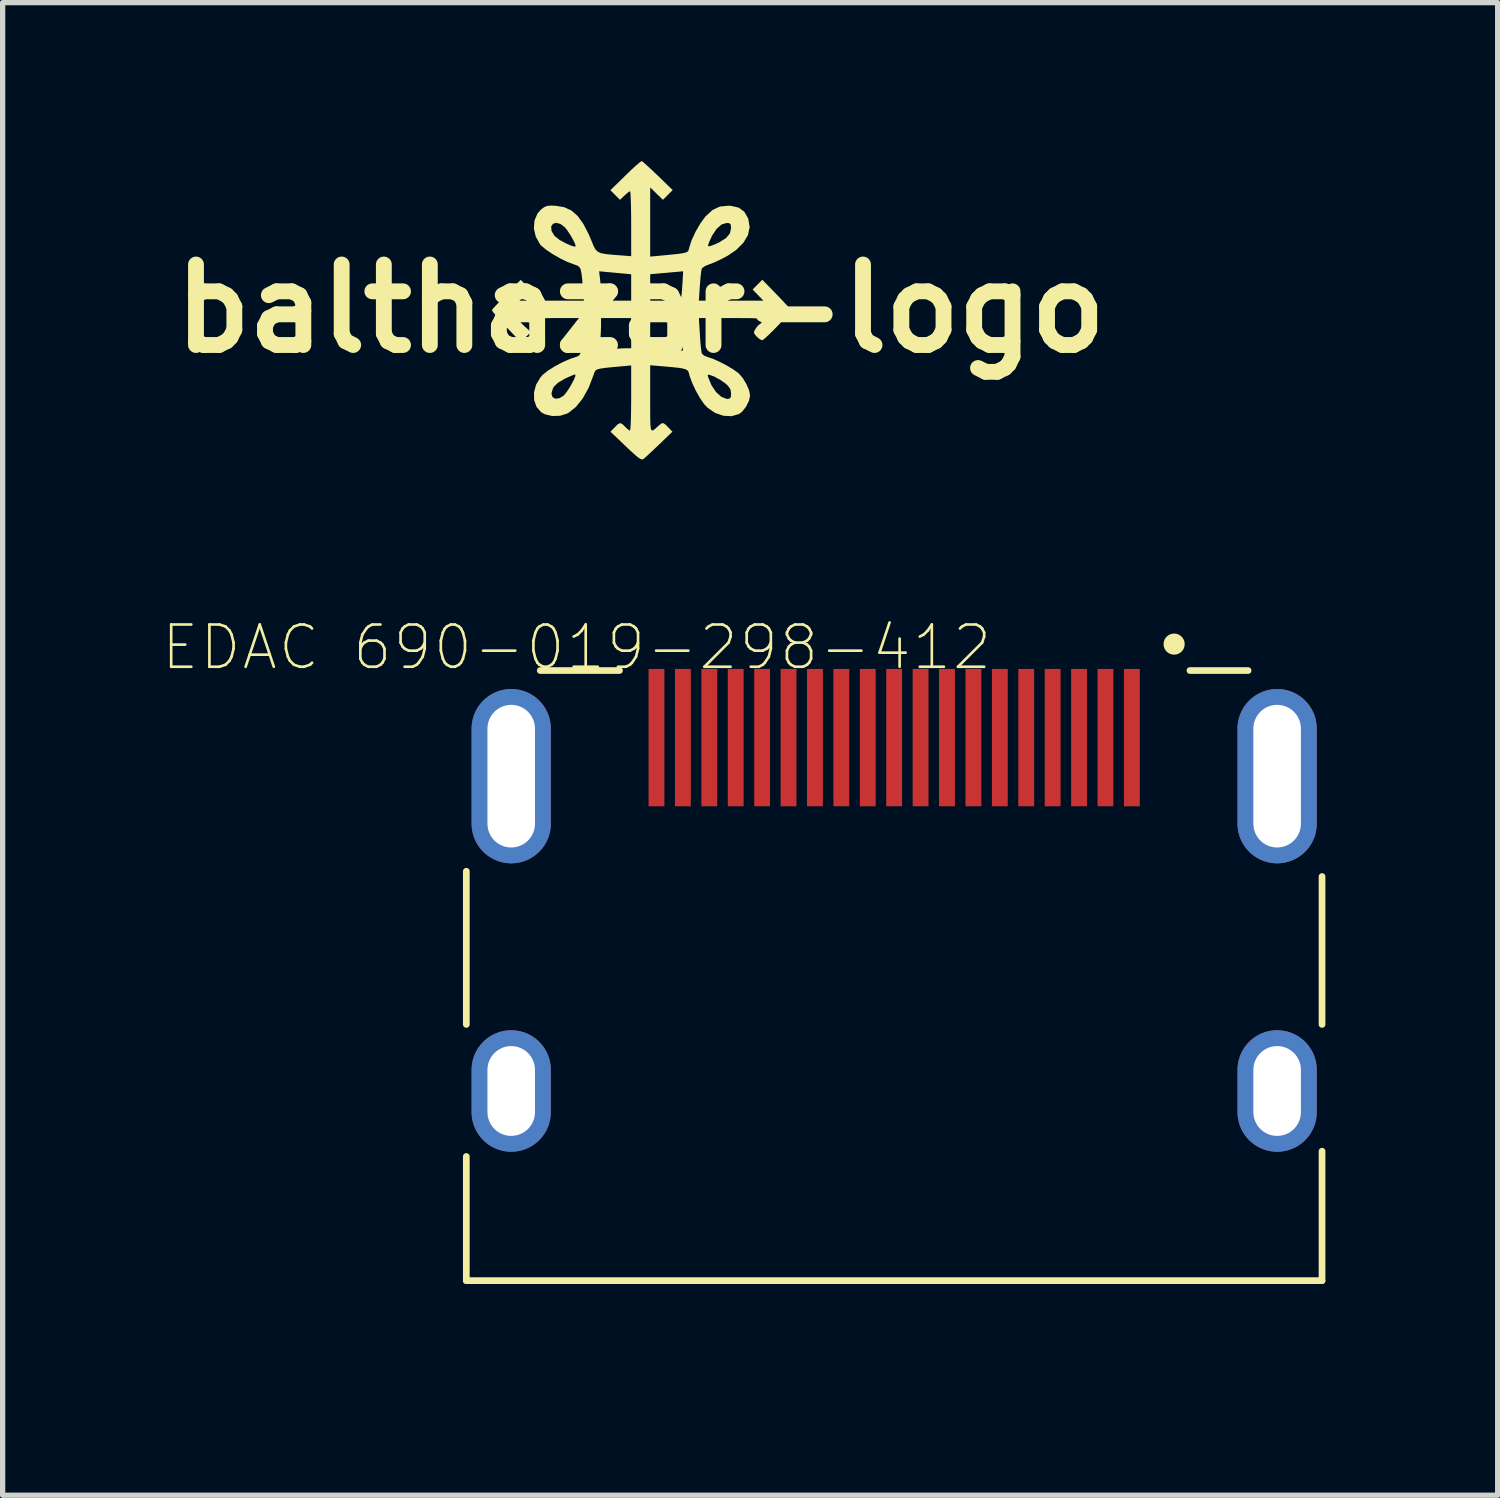
<source format=kicad_pcb>
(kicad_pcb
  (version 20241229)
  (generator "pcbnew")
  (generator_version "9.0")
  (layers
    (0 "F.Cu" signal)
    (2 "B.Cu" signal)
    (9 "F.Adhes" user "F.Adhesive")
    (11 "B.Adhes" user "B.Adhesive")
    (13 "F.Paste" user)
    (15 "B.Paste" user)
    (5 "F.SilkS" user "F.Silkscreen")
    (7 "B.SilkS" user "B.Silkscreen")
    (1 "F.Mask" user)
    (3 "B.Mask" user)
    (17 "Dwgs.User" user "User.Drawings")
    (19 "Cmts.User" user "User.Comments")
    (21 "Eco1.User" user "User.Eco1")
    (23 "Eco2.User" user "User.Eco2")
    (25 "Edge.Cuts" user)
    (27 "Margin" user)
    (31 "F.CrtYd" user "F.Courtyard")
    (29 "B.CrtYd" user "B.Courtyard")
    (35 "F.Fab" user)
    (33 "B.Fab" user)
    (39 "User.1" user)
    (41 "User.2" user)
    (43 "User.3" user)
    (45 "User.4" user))
  (footprint "EDAC 690-019-298-412"
    (layer "F.Cu")
    (at 13.878 11.644)
    (property "Reference" "EDAC 690-019-298-412" (at -6.011 -2.439 0) (layer "F.SilkS") (effects (font (size 0.8 0.8) (thickness 0.05))))
    (attr smd)
    (fp_line (start -8.1 4.7) (end -8.1 1.8) (stroke (width 0.127) (type solid)) (layer "F.SilkS"))
    (fp_line (start -8.1 9.55) (end -8.1 7.2) (stroke (width 0.127) (type solid)) (layer "F.SilkS"))
    (fp_line (start -8.1 9.55) (end 8.1 9.55) (stroke (width 0.127) (type solid)) (layer "F.SilkS"))
    (fp_line (start -6.7 -2) (end -5.2 -2) (stroke (width 0.127) (type solid)) (layer "F.SilkS"))
    (fp_line (start 5.6 -2) (end 6.7 -2) (stroke (width 0.127) (type solid)) (layer "F.SilkS"))
    (fp_line (start 8.1 1.9) (end 8.1 4.7) (stroke (width 0.127) (type solid)) (layer "F.SilkS"))
    (fp_line (start 8.1 7.1) (end 8.1 9.55) (stroke (width 0.127) (type solid)) (layer "F.SilkS"))
    (fp_circle (center 5.3 -2.5) (end 5.4 -2.5) (stroke (width 0.2) (type solid)) (fill no) (layer "F.SilkS"))
    (fp_line (start -8.35 -2.2) (end 8.4 -2.2) (stroke (width 0.05) (type solid)) (layer "Eco1.User"))
    (fp_line (start -8.35 8.5) (end -8.35 -2.2) (stroke (width 0.05) (type solid)) (layer "Eco1.User"))
    (fp_line (start -8.35 9.5) (end -8.35 8.5) (stroke (width 0.05) (type solid)) (layer "Eco1.User"))
    (fp_line (start 8.4 -2.2) (end 8.4 9.5) (stroke (width 0.05) (type solid)) (layer "Eco1.User"))
    (fp_line (start 8.4 9.5) (end -8.35 9.5) (stroke (width 0.05) (type solid)) (layer "Eco1.User"))
    (fp_line (start -8.1 -2) (end 8.1 -2) (stroke (width 0.127) (type solid)) (layer "Eco2.User"))
    (fp_line (start -8.1 8.5) (end -8.1 -2) (stroke (width 0.127) (type solid)) (layer "Eco2.User"))
    (fp_line (start -8.1 10.55) (end -8.1 8.5) (stroke (width 0.127) (type solid)) (layer "Eco2.User"))
    (fp_line (start 8.1 -2) (end 8.1 8.5) (stroke (width 0.127) (type solid)) (layer "Eco2.User"))
    (fp_line (start 8.1 8.5) (end 8.1 10.55) (stroke (width 0.127) (type solid)) (layer "Eco2.User"))
    (fp_line (start 8.1 10.55) (end -8.1 10.55) (stroke (width 0.127) (type solid)) (layer "Eco2.User"))
    (pad "1" smd rect (at 4.5 -0.73 90) (size 2.6 0.3) (layers "F.Cu" "F.Mask" "F.Paste"))
    (pad "2" smd rect (at 4 -0.73 90) (size 2.6 0.3) (layers "F.Cu" "F.Mask" "F.Paste"))
    (pad "3" smd rect (at 3.5 -0.73 90) (size 2.6 0.3) (layers "F.Cu" "F.Mask" "F.Paste"))
    (pad "4" smd rect (at 3 -0.73 90) (size 2.6 0.3) (layers "F.Cu" "F.Mask" "F.Paste"))
    (pad "5" smd rect (at 2.5 -0.73 90) (size 2.6 0.3) (layers "F.Cu" "F.Mask" "F.Paste"))
    (pad "6" smd rect (at 2 -0.73 90) (size 2.6 0.3) (layers "F.Cu" "F.Mask" "F.Paste"))
    (pad "7" smd rect (at 1.5 -0.73 90) (size 2.6 0.3) (layers "F.Cu" "F.Mask" "F.Paste"))
    (pad "8" smd rect (at 1 -0.73 90) (size 2.6 0.3) (layers "F.Cu" "F.Mask" "F.Paste"))
    (pad "9" smd rect (at 0.5 -0.73 90) (size 2.6 0.3) (layers "F.Cu" "F.Mask" "F.Paste"))
    (pad "10" smd rect (at 0 -0.73 90) (size 2.6 0.3) (layers "F.Cu" "F.Mask" "F.Paste"))
    (pad "11" smd rect (at -0.5 -0.73 90) (size 2.6 0.3) (layers "F.Cu" "F.Mask" "F.Paste"))
    (pad "12" smd rect (at -1 -0.73 90) (size 2.6 0.3) (layers "F.Cu" "F.Mask" "F.Paste"))
    (pad "13" smd rect (at -1.5 -0.73 90) (size 2.6 0.3) (layers "F.Cu" "F.Mask" "F.Paste"))
    (pad "14" smd rect (at -2 -0.73 90) (size 2.6 0.3) (layers "F.Cu" "F.Mask" "F.Paste"))
    (pad "15" smd rect (at -2.5 -0.73 90) (size 2.6 0.3) (layers "F.Cu" "F.Mask" "F.Paste"))
    (pad "16" smd rect (at -3 -0.73 90) (size 2.6 0.3) (layers "F.Cu" "F.Mask" "F.Paste"))
    (pad "17" smd rect (at -3.5 -0.73 90) (size 2.6 0.3) (layers "F.Cu" "F.Mask" "F.Paste"))
    (pad "18" smd rect (at -4 -0.73 90) (size 2.6 0.3) (layers "F.Cu" "F.Mask" "F.Paste"))
    (pad "19" smd rect (at -4.5 -0.73 90) (size 2.6 0.3) (layers "F.Cu" "F.Mask" "F.Paste"))
    (pad "SH1" thru_hole oval (at 7.25 0) (size 1.5 3.3) (drill oval 0.9 2.7) (layers "*.Cu" "*.Mask"))
    (pad "SH2" thru_hole oval (at -7.25 0) (size 1.5 3.3) (drill oval 0.9 2.7) (layers "*.Cu" "*.Mask"))
    (pad "SH3" thru_hole oval (at -7.25 5.96) (size 1.5 2.3) (drill oval 0.9 1.7) (layers "*.Cu" "*.Mask"))
    (pad "SH4" thru_hole oval (at 7.25 5.96) (size 1.5 2.3) (drill oval 0.9 1.7) (layers "*.Cu" "*.Mask")))
  (footprint "balthazar-logo"
    (layer "F.Cu")
    (at 9.079 2.792)
    (property "Reference" "balthazar-logo" (at 0 0 0) (layer "F.SilkS") (effects (font (size 1.524 1.524) (thickness 0.3))))
    (attr board_only exclude_from_pos_files exclude_from_bom)
    (fp_poly (pts (xy 0.05 -2.77) (xy 0.114 -2.714) (xy 0.203 -2.632) (xy 0.308 -2.532) (xy 0.326 -2.515) (xy 0.606 -2.244) (xy 0.421 -2.059) (xy 0.301 -2.176) (xy 0.18 -2.294) (xy 0.18 -0.984) (xy 0.383 -1.003) (xy 0.569 -1.021) (xy 0.704 -1.035) (xy 0.796 -1.048) (xy 0.855 -1.062) (xy 0.888 -1.078) (xy 0.905 -1.101) (xy 0.914 -1.131) (xy 0.918 -1.15) (xy 0.931 -1.191) (xy 1.274 -1.191) (xy 1.29 -1.178) (xy 1.329 -1.188) (xy 1.405 -1.216) (xy 1.486 -1.253) (xy 1.616 -1.335) (xy 1.69 -1.425) (xy 1.711 -1.521) (xy 1.705 -1.59) (xy 1.677 -1.617) (xy 1.627 -1.621) (xy 1.531 -1.592) (xy 1.437 -1.509) (xy 1.35 -1.378) (xy 1.291 -1.246) (xy 1.274 -1.191) (xy 0.931 -1.191) (xy 0.963 -1.291) (xy 1.037 -1.452) (xy 1.128 -1.609) (xy 1.222 -1.739) (xy 1.23 -1.748) (xy 1.361 -1.867) (xy 1.501 -1.932) (xy 1.664 -1.948) (xy 1.716 -1.944) (xy 1.859 -1.91) (xy 1.962 -1.833) (xy 2.033 -1.709) (xy 2.038 -1.694) (xy 2.063 -1.543) (xy 2.031 -1.391) (xy 1.944 -1.245) (xy 1.806 -1.108) (xy 1.645 -0.999) (xy 1.524 -0.935) (xy 1.406 -0.879) (xy 1.312 -0.842) (xy 1.3 -0.839) (xy 1.219 -0.806) (xy 1.165 -0.768) (xy 1.156 -0.756) (xy 1.147 -0.707) (xy 1.135 -0.614) (xy 1.125 -0.493) (xy 1.12 -0.43) (xy 1.102 -0.15) (xy 2.324 -0.15) (xy 2.221 -0.256) (xy 2.119 -0.361) (xy 2.303 -0.546) (xy 2.57 -0.271) (xy 2.672 -0.165) (xy 2.757 -0.074) (xy 2.817 -0.008) (xy 2.845 0.026) (xy 2.846 0.028) (xy 2.83 0.059) (xy 2.78 0.121) (xy 2.707 0.205) (xy 2.619 0.3) (xy 2.526 0.397) (xy 2.437 0.484) (xy 2.363 0.554) (xy 2.313 0.594) (xy 2.299 0.6) (xy 2.254 0.58) (xy 2.197 0.531) (xy 2.194 0.528) (xy 2.15 0.475) (xy 2.146 0.435) (xy 2.177 0.379) (xy 2.178 0.378) (xy 2.219 0.324) (xy 2.248 0.3) (xy 2.248 0.3) (xy 2.277 0.278) (xy 2.305 0.24) (xy 2.316 0.22) (xy 2.315 0.205) (xy 2.296 0.194) (xy 2.251 0.187) (xy 2.173 0.183) (xy 2.054 0.181) (xy 1.889 0.18) (xy 1.722 0.18) (xy 1.102 0.18) (xy 1.121 0.492) (xy 1.13 0.626) (xy 1.141 0.742) (xy 1.152 0.823) (xy 1.158 0.85) (xy 1.198 0.889) (xy 1.268 0.917) (xy 1.366 0.95) (xy 1.494 1.007) (xy 1.63 1.078) (xy 1.754 1.152) (xy 1.847 1.219) (xy 1.855 1.225) (xy 1.933 1.315) (xy 2.003 1.432) (xy 2.053 1.55) (xy 2.071 1.645) (xy 2.05 1.745) (xy 1.996 1.855) (xy 1.923 1.949) (xy 1.863 1.996) (xy 1.721 2.037) (xy 1.565 2.029) (xy 1.41 1.975) (xy 1.27 1.88) (xy 1.205 1.813) (xy 1.127 1.701) (xy 1.047 1.56) (xy 0.977 1.412) (xy 0.928 1.28) (xy 0.926 1.275) (xy 1.271 1.275) (xy 1.278 1.3) (xy 1.342 1.454) (xy 1.427 1.58) (xy 1.524 1.668) (xy 1.623 1.709) (xy 1.644 1.71) (xy 1.69 1.702) (xy 1.709 1.662) (xy 1.711 1.608) (xy 1.7 1.53) (xy 1.655 1.464) (xy 1.604 1.417) (xy 1.507 1.349) (xy 1.4 1.291) (xy 1.377 1.281) (xy 1.303 1.254) (xy 1.272 1.251) (xy 1.271 1.275) (xy 0.926 1.275) (xy 0.918 1.242) (xy 0.907 1.201) (xy 0.887 1.171) (xy 0.851 1.149) (xy 0.788 1.132) (xy 0.69 1.118) (xy 0.548 1.104) (xy 0.413 1.092) (xy 0.18 1.073) (xy 0.18 1.711) (xy 0.18 1.926) (xy 0.181 2.087) (xy 0.184 2.2) (xy 0.192 2.271) (xy 0.207 2.304) (xy 0.23 2.308) (xy 0.263 2.286) (xy 0.309 2.245) (xy 0.343 2.214) (xy 0.393 2.174) (xy 0.431 2.169) (xy 0.477 2.202) (xy 0.52 2.246) (xy 0.601 2.331) (xy 0.353 2.569) (xy 0.249 2.668) (xy 0.157 2.754) (xy 0.089 2.817) (xy 0.056 2.845) (xy 0.031 2.856) (xy -0.003 2.847) (xy -0.053 2.815) (xy -0.127 2.752) (xy -0.233 2.654) (xy -0.282 2.607) (xy -0.572 2.331) (xy -0.49 2.247) (xy -0.427 2.185) (xy -0.383 2.168) (xy -0.339 2.193) (xy -0.296 2.236) (xy -0.242 2.287) (xy -0.205 2.311) (xy -0.203 2.311) (xy -0.196 2.283) (xy -0.19 2.203) (xy -0.185 2.081) (xy -0.182 1.926) (xy -0.18 1.746) (xy -0.18 1.694) (xy -0.18 1.076) (xy -0.383 1.095) (xy -0.56 1.111) (xy -0.687 1.124) (xy -0.773 1.138) (xy -0.827 1.154) (xy -0.858 1.176) (xy -0.876 1.207) (xy -0.89 1.25) (xy -0.894 1.261) (xy -0.984 1.497) (xy -1.097 1.7) (xy -1.225 1.861) (xy -1.364 1.972) (xy -1.389 1.986) (xy -1.525 2.029) (xy -1.674 2.034) (xy -1.811 2.002) (xy -1.884 1.962) (xy -1.972 1.861) (xy -2.017 1.732) (xy -2.019 1.608) (xy -1.689 1.608) (xy -1.67 1.675) (xy -1.616 1.707) (xy -1.535 1.695) (xy -1.462 1.651) (xy -1.418 1.602) (xy -1.365 1.526) (xy -1.311 1.436) (xy -1.266 1.35) (xy -1.238 1.281) (xy -1.235 1.247) (xy -1.266 1.253) (xy -1.335 1.281) (xy -1.429 1.324) (xy -1.432 1.326) (xy -1.562 1.401) (xy -1.641 1.476) (xy -1.662 1.511) (xy -1.689 1.608) (xy -2.019 1.608) (xy -2.02 1.588) (xy -1.98 1.44) (xy -1.898 1.303) (xy -1.855 1.254) (xy -1.759 1.177) (xy -1.627 1.094) (xy -1.477 1.014) (xy -1.33 0.95) (xy -1.226 0.915) (xy -1.185 0.901) (xy -1.155 0.875) (xy -1.134 0.829) (xy -1.126 0.79) (xy -0.79 0.79) (xy -0.583 0.771) (xy -0.461 0.76) (xy -0.348 0.753) (xy -0.278 0.751) (xy -0.18 0.751) (xy -0.18 0.18) (xy -0.751 0.18) (xy -0.751 0.341) (xy -0.755 0.469) (xy -0.765 0.601) (xy -0.77 0.646) (xy -0.79 0.79) (xy -1.126 0.79) (xy -1.119 0.751) (xy -1.106 0.632) (xy -1.094 0.473) (xy -1.073 0.18) (xy -1.692 0.18) (xy -1.878 0.181) (xy -2.041 0.185) (xy -2.173 0.19) (xy -2.266 0.197) (xy -2.31 0.204) (xy -2.312 0.207) (xy -2.291 0.24) (xy -2.238 0.298) (xy -2.195 0.339) (xy -2.078 0.445) (xy -2.175 0.539) (xy -2.272 0.633) (xy -2.548 0.343) (xy -2.65 0.234) (xy -2.699 0.178) (xy 0.18 0.178) (xy 0.18 0.741) (xy 0.488 0.768) (xy 0.616 0.78) (xy 0.718 0.789) (xy 0.783 0.794) (xy 0.799 0.796) (xy 0.799 0.768) (xy 0.795 0.693) (xy 0.789 0.583) (xy 0.784 0.495) (xy 0.766 0.195) (xy 0.473 0.187) (xy 0.18 0.178) (xy -2.699 0.178) (xy -2.733 0.14) (xy -2.791 0.07) (xy -2.816 0.031) (xy -2.816 0.028) (xy -2.793 -0.002) (xy -2.735 -0.065) (xy -2.652 -0.153) (xy -2.552 -0.257) (xy -2.539 -0.27) (xy -2.271 -0.544) (xy -2.089 -0.361) (xy -2.191 -0.256) (xy -2.294 -0.15) (xy -1.075 -0.15) (xy -1.094 -0.398) (xy -1.108 -0.559) (xy -1.121 -0.671) (xy -1.129 -0.706) (xy -0.787 -0.706) (xy -0.769 -0.556) (xy -0.758 -0.435) (xy -0.751 -0.313) (xy -0.751 -0.278) (xy -0.751 -0.15) (xy -0.18 -0.15) (xy 0.18 -0.15) (xy 0.466 -0.15) (xy 0.616 -0.153) (xy 0.711 -0.162) (xy 0.758 -0.179) (xy 0.764 -0.188) (xy 0.771 -0.234) (xy 0.78 -0.323) (xy 0.788 -0.437) (xy 0.79 -0.465) (xy 0.804 -0.706) (xy 0.492 -0.678) (xy 0.18 -0.651) (xy 0.18 -0.15) (xy -0.18 -0.15) (xy -0.18 -0.65) (xy -0.787 -0.706) (xy -1.129 -0.706) (xy -1.137 -0.744) (xy -1.162 -0.788) (xy -1.199 -0.814) (xy -1.251 -0.833) (xy -1.27 -0.839) (xy -1.389 -0.884) (xy -1.526 -0.951) (xy -1.665 -1.031) (xy -1.788 -1.113) (xy -1.879 -1.188) (xy -1.907 -1.219) (xy -1.987 -1.364) (xy -2.022 -1.518) (xy -2.019 -1.558) (xy -1.694 -1.558) (xy -1.689 -1.478) (xy -1.684 -1.463) (xy -1.63 -1.375) (xy -1.533 -1.298) (xy -1.411 -1.233) (xy -1.311 -1.19) (xy -1.255 -1.173) (xy -1.232 -1.18) (xy -1.231 -1.187) (xy -1.247 -1.236) (xy -1.286 -1.315) (xy -1.339 -1.406) (xy -1.395 -1.489) (xy -1.435 -1.539) (xy -1.517 -1.601) (xy -1.595 -1.623) (xy -1.658 -1.607) (xy -1.694 -1.558) (xy -2.019 -1.558) (xy -2.01 -1.668) (xy -1.953 -1.801) (xy -1.885 -1.878) (xy -1.824 -1.922) (xy -1.766 -1.945) (xy -1.686 -1.95) (xy -1.604 -1.946) (xy -1.447 -1.919) (xy -1.312 -1.857) (xy -1.193 -1.753) (xy -1.085 -1.603) (xy -0.981 -1.401) (xy -0.932 -1.285) (xy -0.893 -1.19) (xy -0.858 -1.123) (xy -0.815 -1.078) (xy -0.754 -1.05) (xy -0.662 -1.032) (xy -0.53 -1.019) (xy -0.413 -1.01) (xy -0.18 -0.992) (xy -0.18 -1.607) (xy -0.181 -1.791) (xy -0.184 -1.954) (xy -0.188 -2.086) (xy -0.193 -2.177) (xy -0.199 -2.22) (xy -0.201 -2.222) (xy -0.234 -2.203) (xy -0.29 -2.156) (xy -0.307 -2.14) (xy -0.392 -2.059) (xy -0.573 -2.241) (xy -0.289 -2.519) (xy -0.183 -2.622) (xy -0.09 -2.707) (xy -0.021 -2.766) (xy 0.017 -2.792) (xy 0.02 -2.792)) (stroke (width 0) (type solid)) (fill yes) (layer "F.SilkS")))
  (gr_rect
    (start -3 -3)
    (end 25.303 25.257)
    (stroke (width 0.1) (type default))
    (fill no)
    (layer "Edge.Cuts")))
</source>
